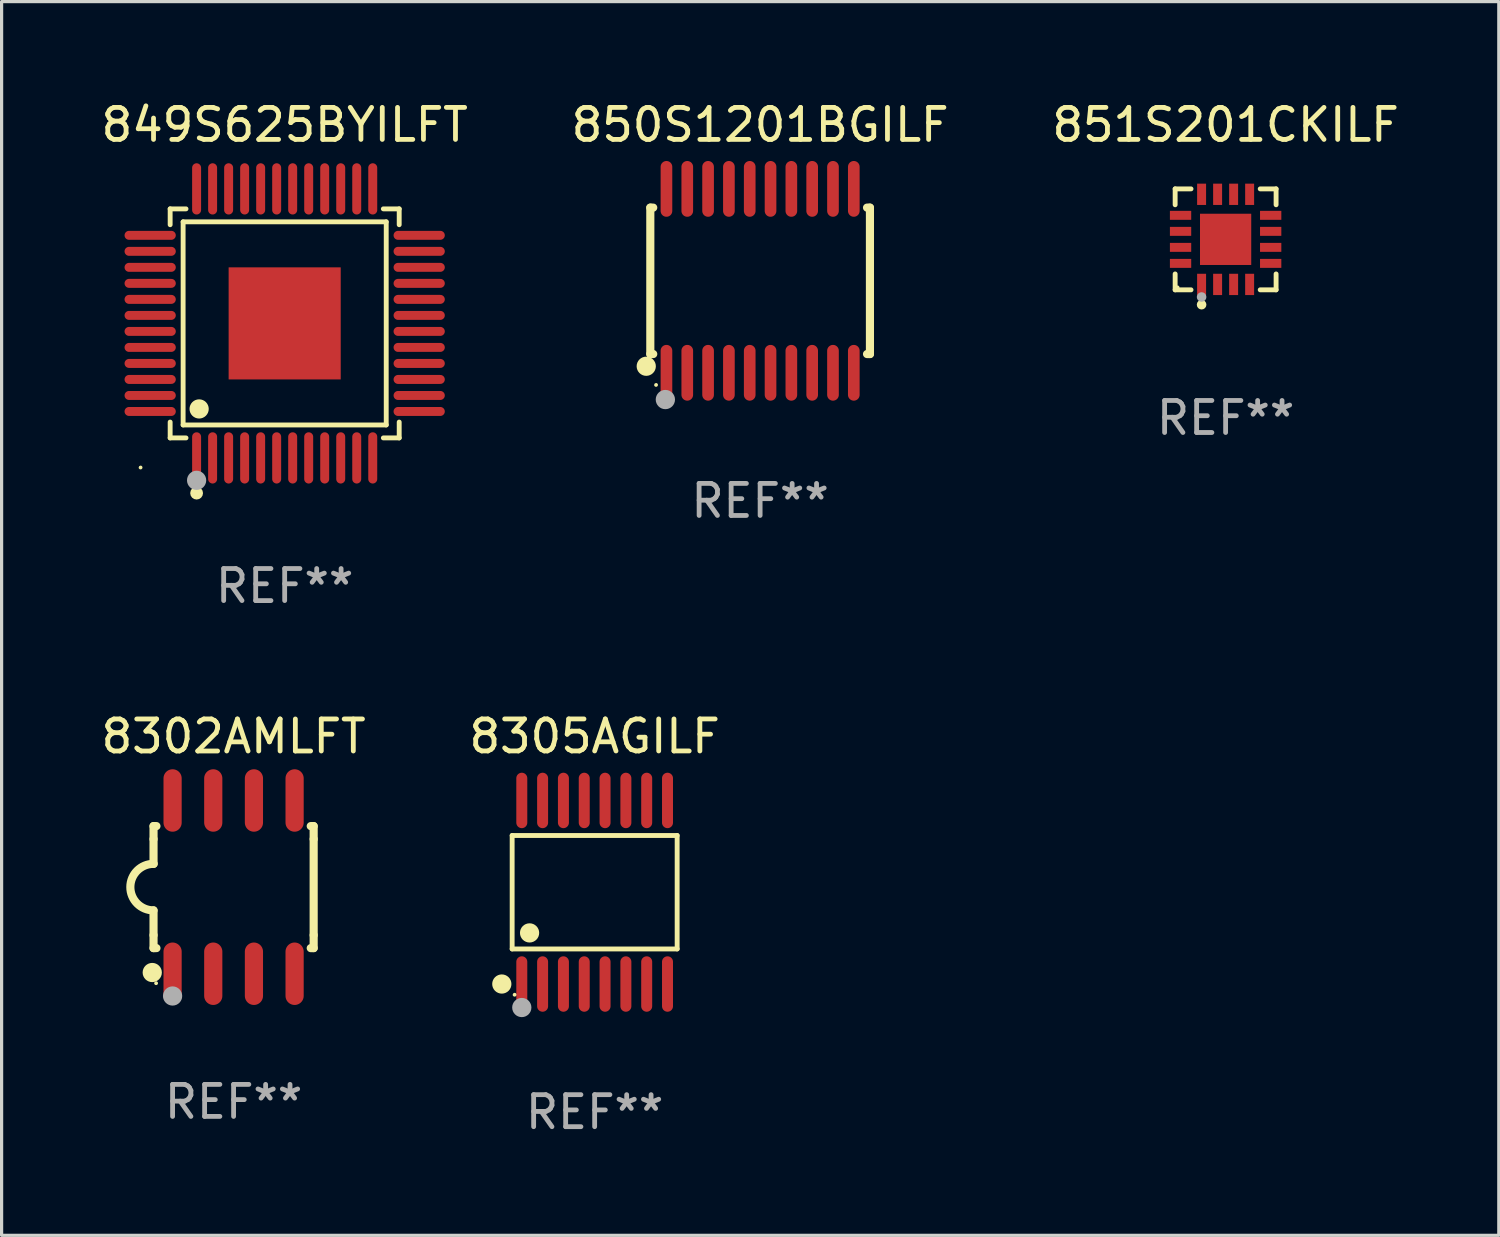
<source format=kicad_pcb>
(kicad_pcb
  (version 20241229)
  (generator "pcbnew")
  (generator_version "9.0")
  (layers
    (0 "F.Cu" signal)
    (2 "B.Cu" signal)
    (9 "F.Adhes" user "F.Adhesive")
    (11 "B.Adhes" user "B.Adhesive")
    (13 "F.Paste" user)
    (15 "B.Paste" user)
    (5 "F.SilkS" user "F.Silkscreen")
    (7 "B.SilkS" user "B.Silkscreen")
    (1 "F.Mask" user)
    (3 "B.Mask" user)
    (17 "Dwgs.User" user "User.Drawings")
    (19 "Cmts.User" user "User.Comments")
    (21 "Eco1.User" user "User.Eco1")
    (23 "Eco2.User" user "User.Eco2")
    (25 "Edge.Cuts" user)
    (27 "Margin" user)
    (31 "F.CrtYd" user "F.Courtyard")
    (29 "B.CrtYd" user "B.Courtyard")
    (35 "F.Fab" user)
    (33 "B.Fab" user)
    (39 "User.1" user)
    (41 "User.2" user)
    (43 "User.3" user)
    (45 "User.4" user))
  (footprint "849S625BYILFT"
    (layer "F.Cu")
    (at 5.839 7.048)
    (property "Reference" "849S625BYILFT" (at 0 -6.2 0) (layer "F.SilkS") (effects (font (size 1 1) (thickness 0.15))))
    (attr through_hole)
    (fp_line (start -3.576 -3.576) (end -3.081 -3.576) (stroke (width 0.152) (type solid)) (layer "F.SilkS"))
    (fp_line (start -3.576 -3.081) (end -3.576 -3.576) (stroke (width 0.152) (type solid)) (layer "F.SilkS"))
    (fp_line (start -3.576 3.081) (end -3.576 3.576) (stroke (width 0.152) (type solid)) (layer "F.SilkS"))
    (fp_line (start -3.576 3.576) (end -3.081 3.576) (stroke (width 0.152) (type solid)) (layer "F.SilkS"))
    (fp_line (start -3.171 -3.171) (end 3.171 -3.171) (stroke (width 0.152) (type solid)) (layer "F.SilkS"))
    (fp_line (start -3.171 3.171) (end -3.171 -3.171) (stroke (width 0.152) (type solid)) (layer "F.SilkS"))
    (fp_line (start 3.171 -3.171) (end 3.171 3.171) (stroke (width 0.152) (type solid)) (layer "F.SilkS"))
    (fp_line (start 3.171 3.171) (end -3.171 3.171) (stroke (width 0.152) (type solid)) (layer "F.SilkS"))
    (fp_line (start 3.576 -3.576) (end 3.081 -3.576) (stroke (width 0.152) (type solid)) (layer "F.SilkS"))
    (fp_line (start 3.576 -3.081) (end 3.576 -3.576) (stroke (width 0.152) (type solid)) (layer "F.SilkS"))
    (fp_line (start 3.576 3.081) (end 3.576 3.576) (stroke (width 0.152) (type solid)) (layer "F.SilkS"))
    (fp_line (start 3.576 3.576) (end 3.081 3.576) (stroke (width 0.152) (type solid)) (layer "F.SilkS"))
    (fp_circle (center -4.5 4.5) (end -4.47 4.5) (stroke (width 0.06) (type solid)) (fill no) (layer "F.SilkS"))
    (fp_circle (center -2.75 5.3) (end -2.65 5.3) (stroke (width 0.2) (type solid)) (fill no) (layer "F.SilkS"))
    (fp_circle (center -2.671 2.671) (end -2.521 2.671) (stroke (width 0.3) (type solid)) (fill no) (layer "F.SilkS"))
    (fp_circle (center -2.75 4.9) (end -2.6 4.9) (stroke (width 0.3) (type solid)) (fill no) (layer "F.Fab"))
    (fp_text user "REF**" (at 0 8.2 0) (layer "F.Fab") (effects (font (size 1 1) (thickness 0.15))))
    (pad "1" smd oval (at -2.75 4.2) (size 0.28 1.6) (layers "F.Cu" "F.Mask" "F.Paste"))
    (pad "2" smd oval (at -2.25 4.2) (size 0.28 1.6) (layers "F.Cu" "F.Mask" "F.Paste"))
    (pad "3" smd oval (at -1.75 4.2) (size 0.28 1.6) (layers "F.Cu" "F.Mask" "F.Paste"))
    (pad "4" smd oval (at -1.25 4.2) (size 0.28 1.6) (layers "F.Cu" "F.Mask" "F.Paste"))
    (pad "5" smd oval (at -0.75 4.2) (size 0.28 1.6) (layers "F.Cu" "F.Mask" "F.Paste"))
    (pad "6" smd oval (at -0.25 4.2) (size 0.28 1.6) (layers "F.Cu" "F.Mask" "F.Paste"))
    (pad "7" smd oval (at 0.25 4.2) (size 0.28 1.6) (layers "F.Cu" "F.Mask" "F.Paste"))
    (pad "8" smd oval (at 0.75 4.2) (size 0.28 1.6) (layers "F.Cu" "F.Mask" "F.Paste"))
    (pad "9" smd oval (at 1.25 4.2) (size 0.28 1.6) (layers "F.Cu" "F.Mask" "F.Paste"))
    (pad "10" smd oval (at 1.75 4.2) (size 0.28 1.6) (layers "F.Cu" "F.Mask" "F.Paste"))
    (pad "11" smd oval (at 2.25 4.2) (size 0.28 1.6) (layers "F.Cu" "F.Mask" "F.Paste"))
    (pad "12" smd oval (at 2.75 4.2) (size 0.28 1.6) (layers "F.Cu" "F.Mask" "F.Paste"))
    (pad "13" smd oval (at 4.2 2.75) (size 1.6 0.28) (layers "F.Cu" "F.Mask" "F.Paste"))
    (pad "14" smd oval (at 4.2 2.25) (size 1.6 0.28) (layers "F.Cu" "F.Mask" "F.Paste"))
    (pad "15" smd oval (at 4.2 1.75) (size 1.6 0.28) (layers "F.Cu" "F.Mask" "F.Paste"))
    (pad "16" smd oval (at 4.2 1.25) (size 1.6 0.28) (layers "F.Cu" "F.Mask" "F.Paste"))
    (pad "17" smd oval (at 4.2 0.75) (size 1.6 0.28) (layers "F.Cu" "F.Mask" "F.Paste"))
    (pad "18" smd oval (at 4.2 0.25) (size 1.6 0.28) (layers "F.Cu" "F.Mask" "F.Paste"))
    (pad "19" smd oval (at 4.2 -0.25) (size 1.6 0.28) (layers "F.Cu" "F.Mask" "F.Paste"))
    (pad "20" smd oval (at 4.2 -0.75) (size 1.6 0.28) (layers "F.Cu" "F.Mask" "F.Paste"))
    (pad "21" smd oval (at 4.2 -1.25) (size 1.6 0.28) (layers "F.Cu" "F.Mask" "F.Paste"))
    (pad "22" smd oval (at 4.2 -1.75) (size 1.6 0.28) (layers "F.Cu" "F.Mask" "F.Paste"))
    (pad "23" smd oval (at 4.2 -2.25) (size 1.6 0.28) (layers "F.Cu" "F.Mask" "F.Paste"))
    (pad "24" smd oval (at 4.2 -2.75) (size 1.6 0.28) (layers "F.Cu" "F.Mask" "F.Paste"))
    (pad "25" smd oval (at 2.75 -4.2) (size 0.28 1.6) (layers "F.Cu" "F.Mask" "F.Paste"))
    (pad "26" smd oval (at 2.25 -4.2) (size 0.28 1.6) (layers "F.Cu" "F.Mask" "F.Paste"))
    (pad "27" smd oval (at 1.75 -4.2) (size 0.28 1.6) (layers "F.Cu" "F.Mask" "F.Paste"))
    (pad "28" smd oval (at 1.25 -4.2) (size 0.28 1.6) (layers "F.Cu" "F.Mask" "F.Paste"))
    (pad "29" smd oval (at 0.75 -4.2) (size 0.28 1.6) (layers "F.Cu" "F.Mask" "F.Paste"))
    (pad "30" smd oval (at 0.25 -4.2) (size 0.28 1.6) (layers "F.Cu" "F.Mask" "F.Paste"))
    (pad "31" smd oval (at -0.25 -4.2) (size 0.28 1.6) (layers "F.Cu" "F.Mask" "F.Paste"))
    (pad "32" smd oval (at -0.75 -4.2) (size 0.28 1.6) (layers "F.Cu" "F.Mask" "F.Paste"))
    (pad "33" smd oval (at -1.25 -4.2) (size 0.28 1.6) (layers "F.Cu" "F.Mask" "F.Paste"))
    (pad "34" smd oval (at -1.75 -4.2) (size 0.28 1.6) (layers "F.Cu" "F.Mask" "F.Paste"))
    (pad "35" smd oval (at -2.25 -4.2) (size 0.28 1.6) (layers "F.Cu" "F.Mask" "F.Paste"))
    (pad "36" smd oval (at -2.75 -4.2) (size 0.28 1.6) (layers "F.Cu" "F.Mask" "F.Paste"))
    (pad "37" smd oval (at -4.2 -2.75) (size 1.6 0.28) (layers "F.Cu" "F.Mask" "F.Paste"))
    (pad "38" smd oval (at -4.2 -2.25) (size 1.6 0.28) (layers "F.Cu" "F.Mask" "F.Paste"))
    (pad "39" smd oval (at -4.2 -1.75) (size 1.6 0.28) (layers "F.Cu" "F.Mask" "F.Paste"))
    (pad "40" smd oval (at -4.2 -1.25) (size 1.6 0.28) (layers "F.Cu" "F.Mask" "F.Paste"))
    (pad "41" smd oval (at -4.2 -0.75) (size 1.6 0.28) (layers "F.Cu" "F.Mask" "F.Paste"))
    (pad "42" smd oval (at -4.2 -0.25) (size 1.6 0.28) (layers "F.Cu" "F.Mask" "F.Paste"))
    (pad "43" smd oval (at -4.2 0.25) (size 1.6 0.28) (layers "F.Cu" "F.Mask" "F.Paste"))
    (pad "44" smd oval (at -4.2 0.75) (size 1.6 0.28) (layers "F.Cu" "F.Mask" "F.Paste"))
    (pad "45" smd oval (at -4.2 1.25) (size 1.6 0.28) (layers "F.Cu" "F.Mask" "F.Paste"))
    (pad "46" smd oval (at -4.2 1.75) (size 1.6 0.28) (layers "F.Cu" "F.Mask" "F.Paste"))
    (pad "47" smd oval (at -4.2 2.25) (size 1.6 0.28) (layers "F.Cu" "F.Mask" "F.Paste"))
    (pad "48" smd oval (at -4.2 2.75) (size 1.6 0.28) (layers "F.Cu" "F.Mask" "F.Paste"))
    (pad "49" smd rect (at 0 0) (size 3.5 3.5) (layers "F.Cu" "F.Mask" "F.Paste")))
  (footprint "851S201CKILF"
    (layer "F.Cu")
    (at 35.22 4.424)
    (property "Reference" "851S201CKILF" (at 0 -3.576 0) (layer "F.SilkS") (effects (font (size 1 1) (thickness 0.15))))
    (attr through_hole)
    (fp_line (start -1.576 -1.576) (end -1.08 -1.576) (stroke (width 0.152) (type solid)) (layer "F.SilkS"))
    (fp_line (start -1.576 -1.08) (end -1.576 -1.576) (stroke (width 0.152) (type solid)) (layer "F.SilkS"))
    (fp_line (start -1.576 1.08) (end -1.576 1.576) (stroke (width 0.152) (type solid)) (layer "F.SilkS"))
    (fp_line (start -1.576 1.576) (end -1.08 1.576) (stroke (width 0.152) (type solid)) (layer "F.SilkS"))
    (fp_line (start 1.576 -1.576) (end 1.08 -1.576) (stroke (width 0.152) (type solid)) (layer "F.SilkS"))
    (fp_line (start 1.576 -1.08) (end 1.576 -1.576) (stroke (width 0.152) (type solid)) (layer "F.SilkS"))
    (fp_line (start 1.576 1.08) (end 1.576 1.576) (stroke (width 0.152) (type solid)) (layer "F.SilkS"))
    (fp_line (start 1.576 1.576) (end 1.08 1.576) (stroke (width 0.152) (type solid)) (layer "F.SilkS"))
    (fp_circle (center -1.5 1.5) (end -1.47 1.5) (stroke (width 0.06) (type solid)) (fill no) (layer "F.SilkS"))
    (fp_circle (center -0.75 2.04) (end -0.675 2.04) (stroke (width 0.15) (type solid)) (fill no) (layer "F.SilkS"))
    (fp_circle (center -0.75 1.8) (end -0.675 1.8) (stroke (width 0.15) (type solid)) (fill no) (layer "F.Fab"))
    (fp_text user "REF**" (at 0 5.576 0) (layer "F.Fab") (effects (font (size 1 1) (thickness 0.15))))
    (pad "1" smd rect (at -0.75 1.407) (size 0.28 0.665) (layers "F.Cu" "F.Mask" "F.Paste"))
    (pad "2" smd rect (at -0.25 1.407) (size 0.28 0.665) (layers "F.Cu" "F.Mask" "F.Paste"))
    (pad "3" smd rect (at 0.25 1.407) (size 0.28 0.665) (layers "F.Cu" "F.Mask" "F.Paste"))
    (pad "4" smd rect (at 0.75 1.407) (size 0.28 0.665) (layers "F.Cu" "F.Mask" "F.Paste"))
    (pad "5" smd rect (at 1.407 0.75) (size 0.665 0.28) (layers "F.Cu" "F.Mask" "F.Paste"))
    (pad "6" smd rect (at 1.407 0.25) (size 0.665 0.28) (layers "F.Cu" "F.Mask" "F.Paste"))
    (pad "7" smd rect (at 1.407 -0.25) (size 0.665 0.28) (layers "F.Cu" "F.Mask" "F.Paste"))
    (pad "8" smd rect (at 1.407 -0.75) (size 0.665 0.28) (layers "F.Cu" "F.Mask" "F.Paste"))
    (pad "9" smd rect (at 0.75 -1.407) (size 0.28 0.665) (layers "F.Cu" "F.Mask" "F.Paste"))
    (pad "10" smd rect (at 0.25 -1.407) (size 0.28 0.665) (layers "F.Cu" "F.Mask" "F.Paste"))
    (pad "11" smd rect (at -0.25 -1.407) (size 0.28 0.665) (layers "F.Cu" "F.Mask" "F.Paste"))
    (pad "12" smd rect (at -0.75 -1.407) (size 0.28 0.665) (layers "F.Cu" "F.Mask" "F.Paste"))
    (pad "13" smd rect (at -1.407 -0.75) (size 0.665 0.28) (layers "F.Cu" "F.Mask" "F.Paste"))
    (pad "14" smd rect (at -1.407 -0.25) (size 0.665 0.28) (layers "F.Cu" "F.Mask" "F.Paste"))
    (pad "15" smd rect (at -1.407 0.25) (size 0.665 0.28) (layers "F.Cu" "F.Mask" "F.Paste"))
    (pad "16" smd rect (at -1.407 0.75) (size 0.665 0.28) (layers "F.Cu" "F.Mask" "F.Paste"))
    (pad "17" smd rect (at 0 0) (size 1.6 1.6) (layers "F.Cu" "F.Mask" "F.Paste")))
  (footprint "8302AMLFT"
    (layer "F.Cu")
    (at 4.244 24.65)
    (property "Reference" "8302AMLFT" (at 0 -4.705 0) (layer "F.SilkS") (effects (font (size 1 1) (thickness 0.15))))
    (attr through_hole)
    (fp_line (start -2.5 -1.905) (end -2.409 -1.905) (stroke (width 0.254) (type solid)) (layer "F.SilkS"))
    (fp_line (start -2.5 -1.5) (end -2.5 -1.905) (stroke (width 0.254) (type solid)) (layer "F.SilkS"))
    (fp_line (start -2.5 -1.5) (end -2.5 -0.726) (stroke (width 0.254) (type solid)) (layer "F.SilkS"))
    (fp_line (start -2.5 1.5) (end -2.5 0.727) (stroke (width 0.254) (type solid)) (layer "F.SilkS"))
    (fp_line (start -2.5 1.5) (end -2.5 1.905) (stroke (width 0.254) (type solid)) (layer "F.SilkS"))
    (fp_line (start -2.5 1.905) (end -2.409 1.905) (stroke (width 0.254) (type solid)) (layer "F.SilkS"))
    (fp_line (start 2.5 -1.905) (end 2.409 -1.905) (stroke (width 0.254) (type solid)) (layer "F.SilkS"))
    (fp_line (start 2.5 -1.5) (end 2.5 -1.905) (stroke (width 0.254) (type solid)) (layer "F.SilkS"))
    (fp_line (start 2.5 -1.5) (end 2.5 1.5) (stroke (width 0.254) (type solid)) (layer "F.SilkS"))
    (fp_line (start 2.5 1.5) (end 2.5 1.905) (stroke (width 0.254) (type solid)) (layer "F.SilkS"))
    (fp_line (start 2.5 1.905) (end 2.409 1.905) (stroke (width 0.254) (type solid)) (layer "F.SilkS"))
    (fp_arc (start -2.5 0.726568) (mid -3.220316 -0.0023) (end -2.495097 -0.726289) (stroke (width 0.254001) (type solid)) (layer "F.SilkS"))
    (fp_circle (center -2.54 2.667) (end -2.39 2.667) (stroke (width 0.3) (type solid)) (fill no) (layer "F.SilkS"))
    (fp_circle (center -2.42 3) (end -2.39 3) (stroke (width 0.06) (type solid)) (fill no) (layer "F.SilkS"))
    (fp_circle (center -1.905 3.4) (end -1.755 3.4) (stroke (width 0.3) (type solid)) (fill no) (layer "F.Fab"))
    (fp_text user "REF**" (at 0 6.705 0) (layer "F.Fab") (effects (font (size 1 1) (thickness 0.15))))
    (pad "1" smd oval (at -1.905 2.705) (size 0.568 1.95) (layers "F.Cu" "F.Mask" "F.Paste"))
    (pad "2" smd oval (at -0.635 2.705) (size 0.568 1.95) (layers "F.Cu" "F.Mask" "F.Paste"))
    (pad "3" smd oval (at 0.635 2.705) (size 0.568 1.95) (layers "F.Cu" "F.Mask" "F.Paste"))
    (pad "4" smd oval (at 1.905 2.705) (size 0.568 1.95) (layers "F.Cu" "F.Mask" "F.Paste"))
    (pad "5" smd oval (at 1.905 -2.705) (size 0.568 1.95) (layers "F.Cu" "F.Mask" "F.Paste"))
    (pad "6" smd oval (at 0.635 -2.705) (size 0.568 1.95) (layers "F.Cu" "F.Mask" "F.Paste"))
    (pad "7" smd oval (at -0.635 -2.705) (size 0.568 1.95) (layers "F.Cu" "F.Mask" "F.Paste"))
    (pad "8" smd oval (at -1.905 -2.705) (size 0.568 1.95) (layers "F.Cu" "F.Mask" "F.Paste")))
  (footprint "850S1201BGILF"
    (layer "F.Cu")
    (at 20.685 5.719)
    (property "Reference" "850S1201BGILF" (at 0 -4.871 0) (layer "F.SilkS") (effects (font (size 1 1) (thickness 0.15))))
    (attr through_hole)
    (fp_line (start -3.429 -2.286) (end -3.429 2.286) (stroke (width 0.254) (type solid)) (layer "F.SilkS"))
    (fp_line (start -3.429 2.286) (end -3.338 2.286) (stroke (width 0.254) (type solid)) (layer "F.SilkS"))
    (fp_line (start -3.338 -2.286) (end -3.429 -2.286) (stroke (width 0.254) (type solid)) (layer "F.SilkS"))
    (fp_line (start 3.338 -2.286) (end 3.429 -2.286) (stroke (width 0.254) (type solid)) (layer "F.SilkS"))
    (fp_line (start 3.429 -2.286) (end 3.429 2.286) (stroke (width 0.254) (type solid)) (layer "F.SilkS"))
    (fp_line (start 3.429 2.286) (end 3.338 2.286) (stroke (width 0.254) (type solid)) (layer "F.SilkS"))
    (fp_circle (center -3.556 2.667) (end -3.406 2.667) (stroke (width 0.3) (type solid)) (fill no) (layer "F.SilkS"))
    (fp_circle (center -3.25 3.25) (end -3.22 3.25) (stroke (width 0.06) (type solid)) (fill no) (layer "F.SilkS"))
    (fp_circle (center -2.959 3.707) (end -2.808 3.707) (stroke (width 0.3) (type solid)) (fill no) (layer "F.Fab"))
    (fp_text user "REF**" (at 0 6.871 0) (layer "F.Fab") (effects (font (size 1 1) (thickness 0.15))))
    (pad "1" smd oval (at -2.925 2.871) (size 0.364 1.742) (layers "F.Cu" "F.Mask" "F.Paste"))
    (pad "2" smd oval (at -2.275 2.871) (size 0.364 1.742) (layers "F.Cu" "F.Mask" "F.Paste"))
    (pad "3" smd oval (at -1.625 2.871) (size 0.364 1.742) (layers "F.Cu" "F.Mask" "F.Paste"))
    (pad "4" smd oval (at -0.975 2.871) (size 0.364 1.742) (layers "F.Cu" "F.Mask" "F.Paste"))
    (pad "5" smd oval (at -0.325 2.871) (size 0.364 1.742) (layers "F.Cu" "F.Mask" "F.Paste"))
    (pad "6" smd oval (at 0.325 2.871) (size 0.364 1.742) (layers "F.Cu" "F.Mask" "F.Paste"))
    (pad "7" smd oval (at 0.975 2.871) (size 0.364 1.742) (layers "F.Cu" "F.Mask" "F.Paste"))
    (pad "8" smd oval (at 1.625 2.871) (size 0.364 1.742) (layers "F.Cu" "F.Mask" "F.Paste"))
    (pad "9" smd oval (at 2.275 2.871) (size 0.364 1.742) (layers "F.Cu" "F.Mask" "F.Paste"))
    (pad "10" smd oval (at 2.925 2.871) (size 0.364 1.742) (layers "F.Cu" "F.Mask" "F.Paste"))
    (pad "11" smd oval (at 2.925 -2.871) (size 0.364 1.742) (layers "F.Cu" "F.Mask" "F.Paste"))
    (pad "12" smd oval (at 2.275 -2.871) (size 0.364 1.742) (layers "F.Cu" "F.Mask" "F.Paste"))
    (pad "13" smd oval (at 1.625 -2.871) (size 0.364 1.742) (layers "F.Cu" "F.Mask" "F.Paste"))
    (pad "14" smd oval (at 0.975 -2.871) (size 0.364 1.742) (layers "F.Cu" "F.Mask" "F.Paste"))
    (pad "15" smd oval (at 0.325 -2.871) (size 0.364 1.742) (layers "F.Cu" "F.Mask" "F.Paste"))
    (pad "16" smd oval (at -0.325 -2.871) (size 0.364 1.742) (layers "F.Cu" "F.Mask" "F.Paste"))
    (pad "17" smd oval (at -0.975 -2.871) (size 0.364 1.742) (layers "F.Cu" "F.Mask" "F.Paste"))
    (pad "18" smd oval (at -1.625 -2.871) (size 0.364 1.742) (layers "F.Cu" "F.Mask" "F.Paste"))
    (pad "19" smd oval (at -2.275 -2.871) (size 0.364 1.742) (layers "F.Cu" "F.Mask" "F.Paste"))
    (pad "20" smd oval (at -2.925 -2.871) (size 0.364 1.742) (layers "F.Cu" "F.Mask" "F.Paste")))
  (footprint "8305AGILF"
    (layer "F.Cu")
    (at 15.518 24.81)
    (property "Reference" "8305AGILF" (at 0 -4.866 0) (layer "F.SilkS") (effects (font (size 1 1) (thickness 0.15))))
    (attr through_hole)
    (fp_line (start -2.576 -1.772) (end 2.576 -1.772) (stroke (width 0.152) (type solid)) (layer "F.SilkS"))
    (fp_line (start -2.576 1.771) (end -2.576 -1.772) (stroke (width 0.152) (type solid)) (layer "F.SilkS"))
    (fp_line (start 2.576 -1.772) (end 2.576 1.771) (stroke (width 0.152) (type solid)) (layer "F.SilkS"))
    (fp_line (start 2.576 1.771) (end -2.576 1.771) (stroke (width 0.152) (type solid)) (layer "F.SilkS"))
    (fp_circle (center -2.899 2.866) (end -2.749 2.866) (stroke (width 0.3) (type solid)) (fill no) (layer "F.SilkS"))
    (fp_circle (center -2.5 3.2) (end -2.47 3.2) (stroke (width 0.06) (type solid)) (fill no) (layer "F.SilkS"))
    (fp_circle (center -2.032 1.27) (end -1.882 1.27) (stroke (width 0.3) (type solid)) (fill no) (layer "F.SilkS"))
    (fp_circle (center -2.275 3.6) (end -2.125 3.6) (stroke (width 0.3) (type solid)) (fill no) (layer "F.Fab"))
    (fp_text user "REF**" (at 0 6.866 0) (layer "F.Fab") (effects (font (size 1 1) (thickness 0.15))))
    (pad "1" smd oval (at -2.275 2.866) (size 0.343 1.731) (layers "F.Cu" "F.Mask" "F.Paste"))
    (pad "2" smd oval (at -1.625 2.866) (size 0.343 1.731) (layers "F.Cu" "F.Mask" "F.Paste"))
    (pad "3" smd oval (at -0.975 2.866) (size 0.343 1.731) (layers "F.Cu" "F.Mask" "F.Paste"))
    (pad "4" smd oval (at -0.325 2.866) (size 0.343 1.731) (layers "F.Cu" "F.Mask" "F.Paste"))
    (pad "5" smd oval (at 0.325 2.866) (size 0.343 1.731) (layers "F.Cu" "F.Mask" "F.Paste"))
    (pad "6" smd oval (at 0.975 2.866) (size 0.343 1.731) (layers "F.Cu" "F.Mask" "F.Paste"))
    (pad "7" smd oval (at 1.625 2.866) (size 0.343 1.731) (layers "F.Cu" "F.Mask" "F.Paste"))
    (pad "8" smd oval (at 2.275 2.866) (size 0.343 1.731) (layers "F.Cu" "F.Mask" "F.Paste"))
    (pad "9" smd oval (at 2.275 -2.866) (size 0.343 1.731) (layers "F.Cu" "F.Mask" "F.Paste"))
    (pad "10" smd oval (at 1.625 -2.866) (size 0.343 1.731) (layers "F.Cu" "F.Mask" "F.Paste"))
    (pad "11" smd oval (at 0.975 -2.866) (size 0.343 1.731) (layers "F.Cu" "F.Mask" "F.Paste"))
    (pad "12" smd oval (at 0.325 -2.866) (size 0.343 1.731) (layers "F.Cu" "F.Mask" "F.Paste"))
    (pad "13" smd oval (at -0.325 -2.866) (size 0.343 1.731) (layers "F.Cu" "F.Mask" "F.Paste"))
    (pad "14" smd oval (at -0.975 -2.866) (size 0.343 1.731) (layers "F.Cu" "F.Mask" "F.Paste"))
    (pad "15" smd oval (at -1.625 -2.866) (size 0.343 1.731) (layers "F.Cu" "F.Mask" "F.Paste"))
    (pad "16" smd oval (at -2.275 -2.866) (size 0.343 1.731) (layers "F.Cu" "F.Mask" "F.Paste")))
  (gr_rect
    (start -3 -3)
    (end 43.75 35.524)
    (stroke (width 0.1) (type default))
    (fill no)
    (layer "Edge.Cuts")))
</source>
